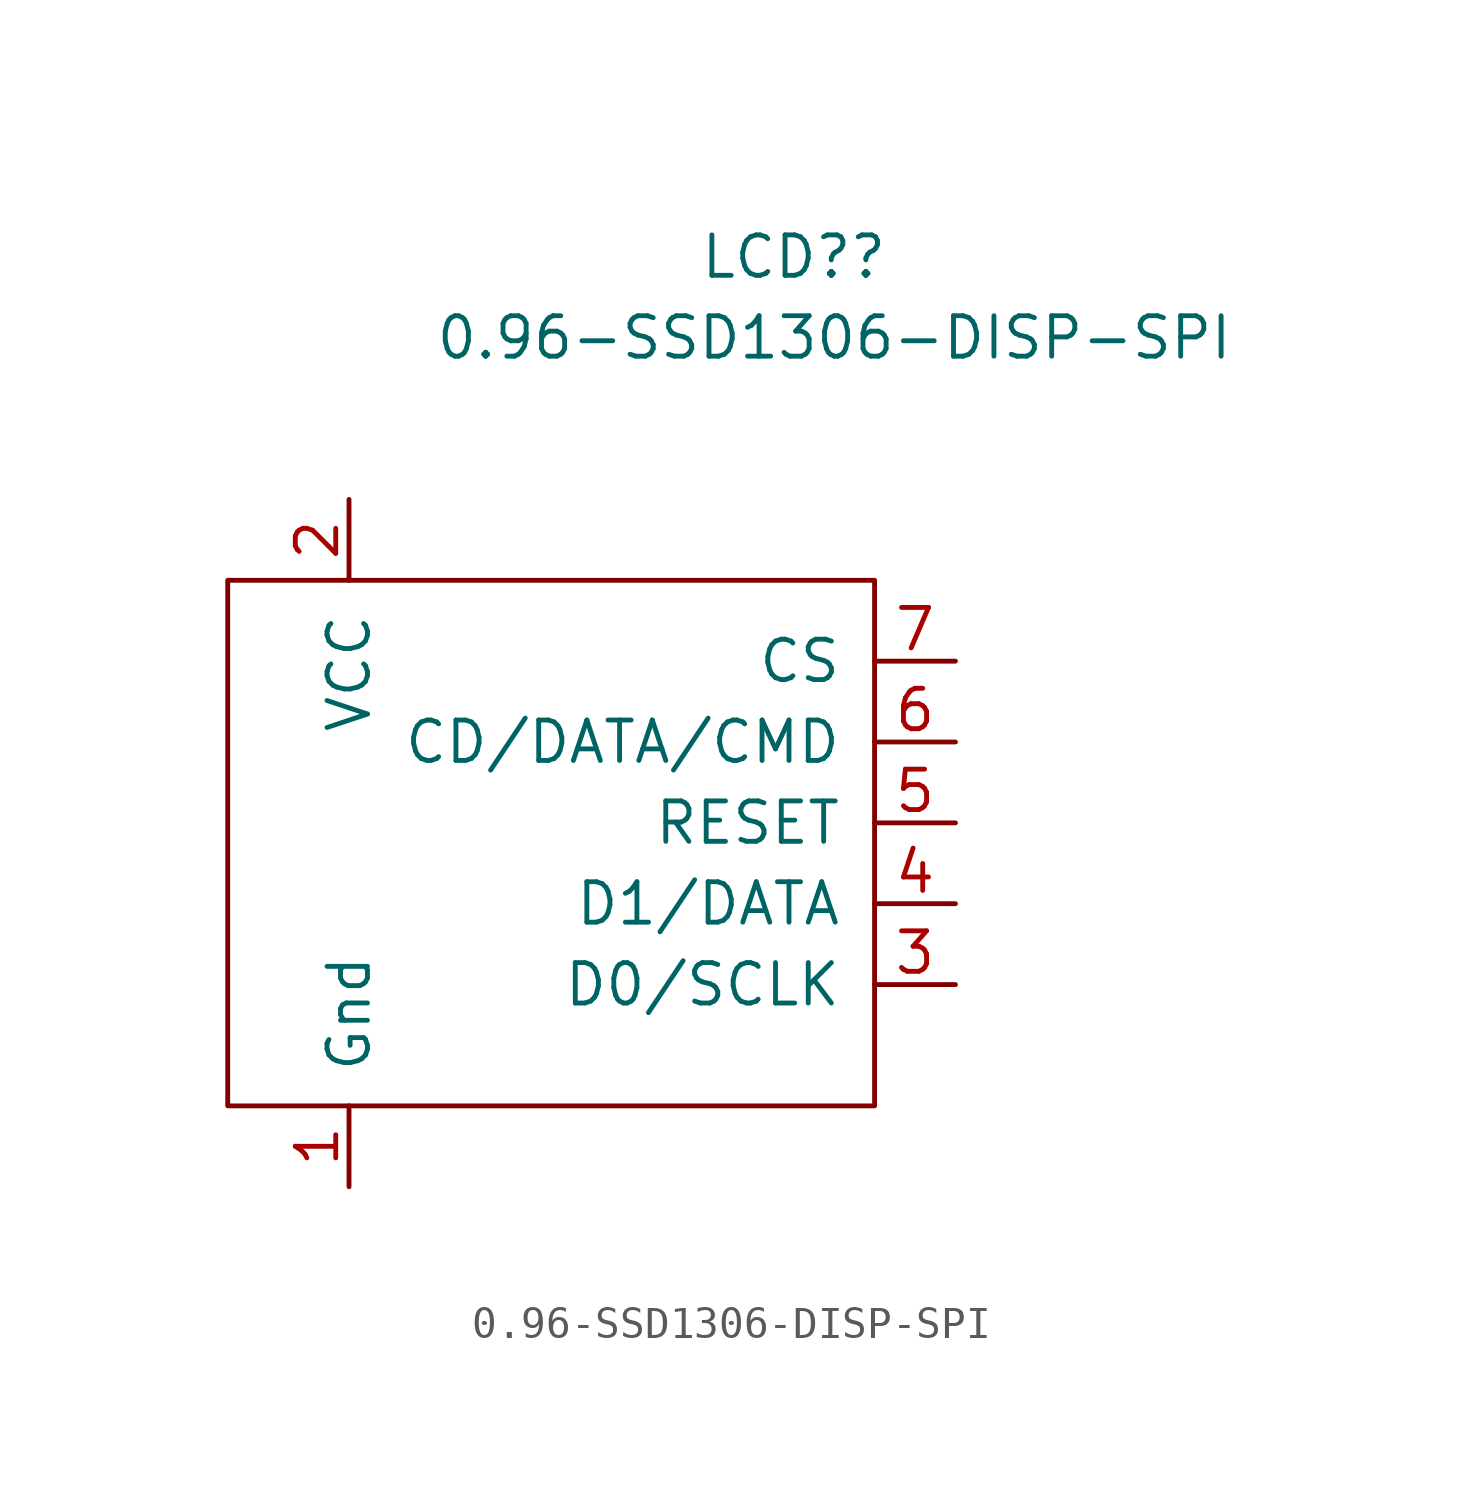
<source format=kicad_sym>
(kicad_symbol_lib
  (version 20220914)
  (generator kicad_symbol_editor)
  (symbol "0.96-SSD1306-DISP-SPI"
    (pin_names
      (offset 1.016))
    (property "Reference" "LCD?"
      (at 13.97 15.24 0)
      (effects (font (size 1.27 1.27))))
    (property "Value" "0.96-SSD1306-DISP-SPI"
      (at 15.24 12.7 0)
      (effects (font (size 1.27 1.27))))
    (symbol "0.96-SSD1306-DISP-SPI_0_1"
      (rectangle (start -3.81 -11.43) (end 16.51 5.08) (stroke (width 0) (type default)) (fill (type none))))
    (symbol "0.96-SSD1306-DISP-SPI_1_1"
      (pin power_in line (at 0 -13.97 90) (length 2.54) (name "Gnd" (effects (font (size 1.27 1.27)))) (number "1" (effects (font (size 1.27 1.27)))))
      (pin power_in line (at 0 7.62 270) (length 2.54) (name "VCC" (effects (font (size 1.27 1.27)))) (number "2" (effects (font (size 1.27 1.27)))))
      (pin input line (at 19.05 -7.62 180) (length 2.54) (name "D0/SCLK" (effects (font (size 1.27 1.27)))) (number "3" (effects (font (size 1.27 1.27)))))
      (pin input line (at 19.05 -5.08 180) (length 2.54) (name "D1/DATA" (effects (font (size 1.27 1.27)))) (number "4" (effects (font (size 1.27 1.27)))))
      (pin input line (at 19.05 -2.54 180) (length 2.54) (name "RESET" (effects (font (size 1.27 1.27)))) (number "5" (effects (font (size 1.27 1.27)))))
      (pin input line (at 19.05 0 180) (length 2.54) (name "CD/DATA/CMD" (effects (font (size 1.27 1.27)))) (number "6" (effects (font (size 1.27 1.27)))))
      (pin input line (at 19.05 2.54 180) (length 2.54) (name "CS" (effects (font (size 1.27 1.27)))) (number "7" (effects (font (size 1.27 1.27))))))))
</source>
